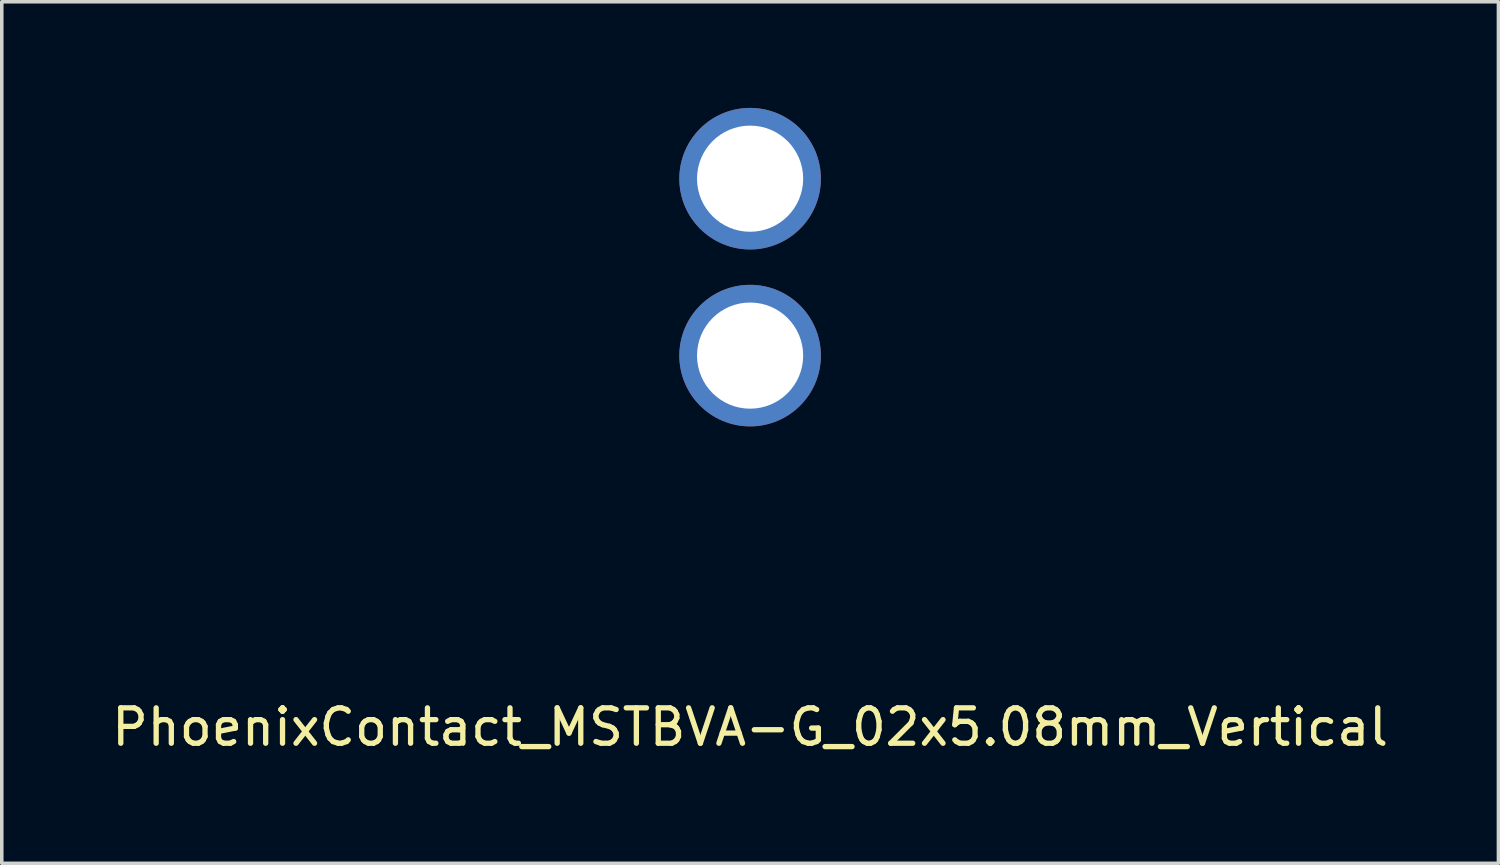
<source format=kicad_pcb>
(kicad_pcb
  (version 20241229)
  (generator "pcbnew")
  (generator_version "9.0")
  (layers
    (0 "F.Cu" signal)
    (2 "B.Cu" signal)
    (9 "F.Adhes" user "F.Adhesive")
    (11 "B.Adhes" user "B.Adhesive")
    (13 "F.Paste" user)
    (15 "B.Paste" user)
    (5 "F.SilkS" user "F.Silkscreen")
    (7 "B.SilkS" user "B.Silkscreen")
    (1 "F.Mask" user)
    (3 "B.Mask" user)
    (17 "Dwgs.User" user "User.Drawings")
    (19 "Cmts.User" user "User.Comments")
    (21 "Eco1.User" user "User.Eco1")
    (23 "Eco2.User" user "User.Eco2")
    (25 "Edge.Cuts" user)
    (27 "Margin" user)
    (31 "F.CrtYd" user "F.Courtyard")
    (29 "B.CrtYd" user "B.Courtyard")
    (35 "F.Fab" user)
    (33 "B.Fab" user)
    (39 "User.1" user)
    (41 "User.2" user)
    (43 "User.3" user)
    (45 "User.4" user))
  (footprint "PhoenixContact_MSTBVA-G_02x5.08mm_Vertical"
    (layer "F.Cu")
    (at 18.149 17)
    (property "Reference" "PhoenixContact_MSTBVA-G_02x5.08mm_Vertical" (at 0 0.5 0) (layer "F.SilkS") (effects (font (size 1 1) (thickness 0.15))))
    (attr through_hole)
    (pad "1" thru_hole circle (at 0 -15) (size 4 4) (drill 3) (layers "*.Cu" "*.Mask"))
    (pad "2" thru_hole circle (at 0 -10) (size 4 4) (drill 3) (layers "*.Cu" "*.Mask")))
  (gr_rect
    (start -3 -3)
    (end 39.298 21.348)
    (stroke (width 0.1) (type default))
    (fill no)
    (layer "Edge.Cuts")))
</source>
